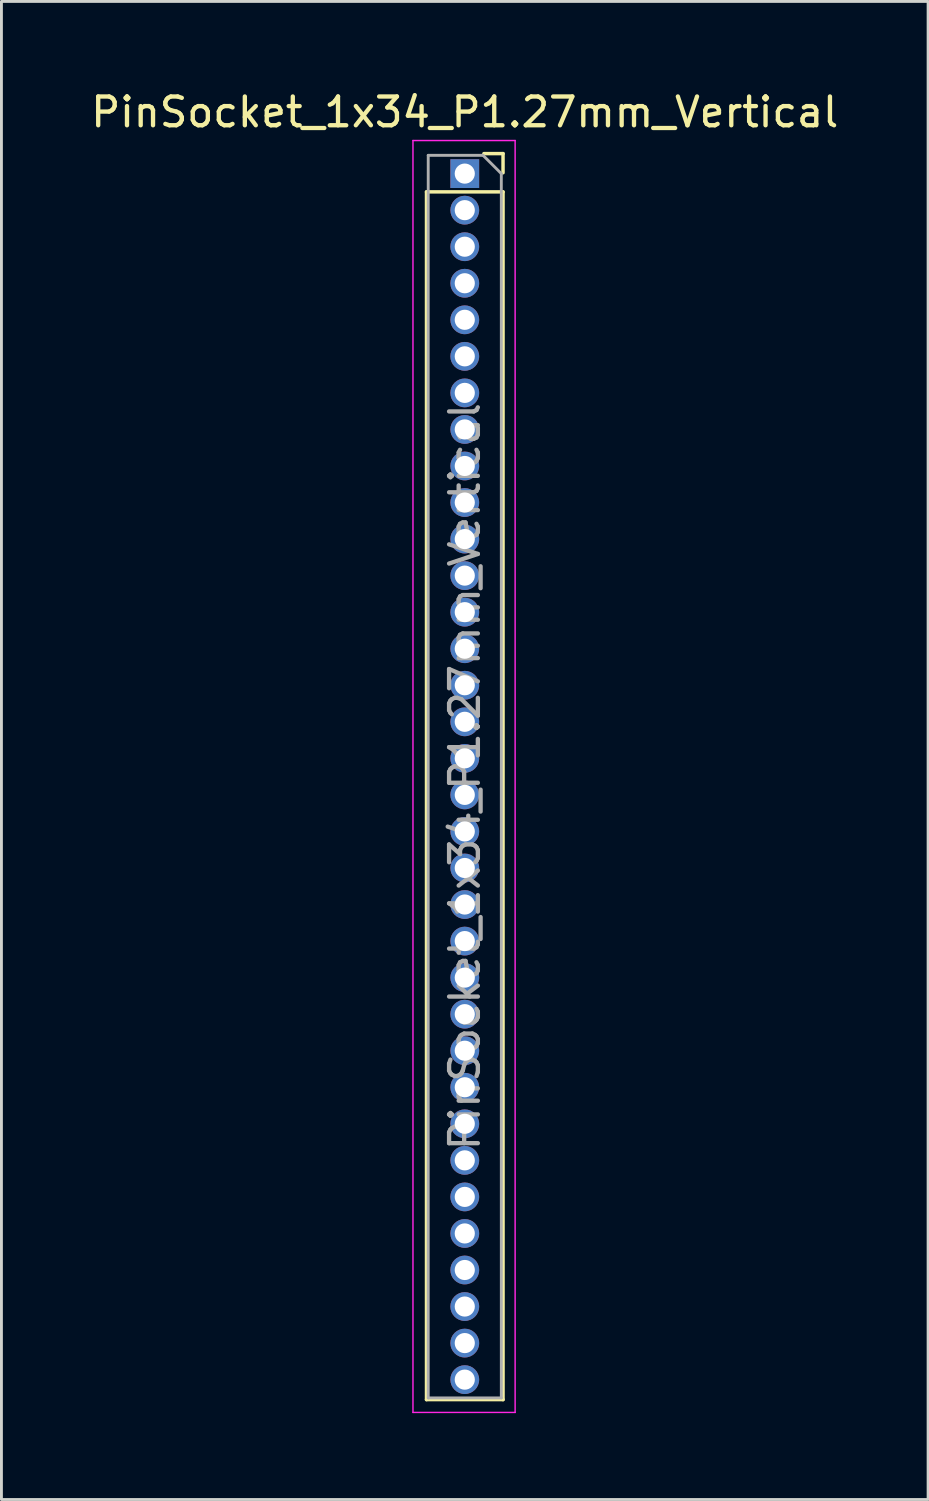
<source format=kicad_pcb>
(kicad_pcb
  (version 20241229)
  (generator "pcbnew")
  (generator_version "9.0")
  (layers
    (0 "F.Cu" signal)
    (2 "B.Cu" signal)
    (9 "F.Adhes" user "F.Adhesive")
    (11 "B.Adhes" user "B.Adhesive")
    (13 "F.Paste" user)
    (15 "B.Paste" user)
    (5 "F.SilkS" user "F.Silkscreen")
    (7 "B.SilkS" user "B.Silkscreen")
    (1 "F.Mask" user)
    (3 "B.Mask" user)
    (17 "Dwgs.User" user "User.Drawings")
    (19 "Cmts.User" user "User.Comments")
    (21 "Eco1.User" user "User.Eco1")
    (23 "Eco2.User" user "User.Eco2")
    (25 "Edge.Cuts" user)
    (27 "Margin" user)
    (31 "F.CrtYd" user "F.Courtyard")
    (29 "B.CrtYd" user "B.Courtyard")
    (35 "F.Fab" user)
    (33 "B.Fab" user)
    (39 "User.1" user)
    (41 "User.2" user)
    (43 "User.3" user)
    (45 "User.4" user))
  (footprint "PinSocket_1x34_P1.27mm_Vertical"
    (layer "F.Cu")
    (at 13.101 2.983)
    (property "Reference" "PinSocket_1x34_P1.27mm_Vertical" (at 0 -2.135 0) (layer "F.SilkS") (effects (font (size 1 1) (thickness 0.15))))
    (attr through_hole)
    (fp_line (start -1.33 0.635) (end -1.33 42.605) (stroke (width 0.12) (type solid)) (layer "F.SilkS"))
    (fp_line (start -1.33 42.605) (end 1.33 42.605) (stroke (width 0.12) (type solid)) (layer "F.SilkS"))
    (fp_line (start 1.33 -0.695) (end 0.665 -0.695) (stroke (width 0.12) (type solid)) (layer "F.SilkS"))
    (fp_line (start 1.33 -0.03) (end 1.33 -0.695) (stroke (width 0.12) (type solid)) (layer "F.SilkS"))
    (fp_line (start 1.33 0.635) (end -1.33 0.635) (stroke (width 0.12) (type solid)) (layer "F.SilkS"))
    (fp_line (start 1.33 42.605) (end 1.33 0.635) (stroke (width 0.12) (type solid)) (layer "F.SilkS"))
    (fp_line (start -1.8 -1.15) (end 1.75 -1.15) (stroke (width 0.05) (type solid)) (layer "F.CrtYd"))
    (fp_line (start -1.8 43.05) (end -1.8 -1.15) (stroke (width 0.05) (type solid)) (layer "F.CrtYd"))
    (fp_line (start 1.75 -1.15) (end 1.75 43.05) (stroke (width 0.05) (type solid)) (layer "F.CrtYd"))
    (fp_line (start 1.75 43.05) (end -1.8 43.05) (stroke (width 0.05) (type solid)) (layer "F.CrtYd"))
    (fp_line (start -1.27 -0.635) (end 0.635 -0.635) (stroke (width 0.1) (type solid)) (layer "F.Fab"))
    (fp_line (start -1.27 42.545) (end -1.27 -0.635) (stroke (width 0.1) (type solid)) (layer "F.Fab"))
    (fp_line (start 0.635 -0.635) (end 1.27 0) (stroke (width 0.1) (type solid)) (layer "F.Fab"))
    (fp_line (start 1.27 0) (end 1.27 42.545) (stroke (width 0.1) (type solid)) (layer "F.Fab"))
    (fp_line (start 1.27 42.545) (end -1.27 42.545) (stroke (width 0.1) (type solid)) (layer "F.Fab"))
    (fp_text user "${REFERENCE}" (at 0 20.955 90) (layer "F.Fab") (effects (font (size 1 1) (thickness 0.15))))
    (pad "1" thru_hole rect (at 0 0) (size 1 1) (drill 0.7) (layers "*.Cu" "*.Mask"))
    (pad "2" thru_hole oval (at 0 1.27) (size 1 1) (drill 0.7) (layers "*.Cu" "*.Mask"))
    (pad "3" thru_hole oval (at 0 2.54) (size 1 1) (drill 0.7) (layers "*.Cu" "*.Mask"))
    (pad "4" thru_hole oval (at 0 3.81) (size 1 1) (drill 0.7) (layers "*.Cu" "*.Mask"))
    (pad "5" thru_hole oval (at 0 5.08) (size 1 1) (drill 0.7) (layers "*.Cu" "*.Mask"))
    (pad "6" thru_hole oval (at 0 6.35) (size 1 1) (drill 0.7) (layers "*.Cu" "*.Mask"))
    (pad "7" thru_hole oval (at 0 7.62) (size 1 1) (drill 0.7) (layers "*.Cu" "*.Mask"))
    (pad "8" thru_hole oval (at 0 8.89) (size 1 1) (drill 0.7) (layers "*.Cu" "*.Mask"))
    (pad "9" thru_hole oval (at 0 10.16) (size 1 1) (drill 0.7) (layers "*.Cu" "*.Mask"))
    (pad "10" thru_hole oval (at 0 11.43) (size 1 1) (drill 0.7) (layers "*.Cu" "*.Mask"))
    (pad "11" thru_hole oval (at 0 12.7) (size 1 1) (drill 0.7) (layers "*.Cu" "*.Mask"))
    (pad "12" thru_hole oval (at 0 13.97) (size 1 1) (drill 0.7) (layers "*.Cu" "*.Mask"))
    (pad "13" thru_hole oval (at 0 15.24) (size 1 1) (drill 0.7) (layers "*.Cu" "*.Mask"))
    (pad "14" thru_hole oval (at 0 16.51) (size 1 1) (drill 0.7) (layers "*.Cu" "*.Mask"))
    (pad "15" thru_hole oval (at 0 17.78) (size 1 1) (drill 0.7) (layers "*.Cu" "*.Mask"))
    (pad "16" thru_hole oval (at 0 19.05) (size 1 1) (drill 0.7) (layers "*.Cu" "*.Mask"))
    (pad "17" thru_hole oval (at 0 20.32) (size 1 1) (drill 0.7) (layers "*.Cu" "*.Mask"))
    (pad "18" thru_hole oval (at 0 21.59) (size 1 1) (drill 0.7) (layers "*.Cu" "*.Mask"))
    (pad "19" thru_hole oval (at 0 22.86) (size 1 1) (drill 0.7) (layers "*.Cu" "*.Mask"))
    (pad "20" thru_hole oval (at 0 24.13) (size 1 1) (drill 0.7) (layers "*.Cu" "*.Mask"))
    (pad "21" thru_hole oval (at 0 25.4) (size 1 1) (drill 0.7) (layers "*.Cu" "*.Mask"))
    (pad "22" thru_hole oval (at 0 26.67) (size 1 1) (drill 0.7) (layers "*.Cu" "*.Mask"))
    (pad "23" thru_hole oval (at 0 27.94) (size 1 1) (drill 0.7) (layers "*.Cu" "*.Mask"))
    (pad "24" thru_hole oval (at 0 29.21) (size 1 1) (drill 0.7) (layers "*.Cu" "*.Mask"))
    (pad "25" thru_hole oval (at 0 30.48) (size 1 1) (drill 0.7) (layers "*.Cu" "*.Mask"))
    (pad "26" thru_hole oval (at 0 31.75) (size 1 1) (drill 0.7) (layers "*.Cu" "*.Mask"))
    (pad "27" thru_hole oval (at 0 33.02) (size 1 1) (drill 0.7) (layers "*.Cu" "*.Mask"))
    (pad "28" thru_hole oval (at 0 34.29) (size 1 1) (drill 0.7) (layers "*.Cu" "*.Mask"))
    (pad "29" thru_hole oval (at 0 35.56) (size 1 1) (drill 0.7) (layers "*.Cu" "*.Mask"))
    (pad "30" thru_hole oval (at 0 36.83) (size 1 1) (drill 0.7) (layers "*.Cu" "*.Mask"))
    (pad "31" thru_hole oval (at 0 38.1) (size 1 1) (drill 0.7) (layers "*.Cu" "*.Mask"))
    (pad "32" thru_hole oval (at 0 39.37) (size 1 1) (drill 0.7) (layers "*.Cu" "*.Mask"))
    (pad "33" thru_hole oval (at 0 40.64) (size 1 1) (drill 0.7) (layers "*.Cu" "*.Mask"))
    (pad "34" thru_hole oval (at 0 41.91) (size 1 1) (drill 0.7) (layers "*.Cu" "*.Mask")))
  (gr_rect
    (start -3 -3)
    (end 29.202 49.058)
    (stroke (width 0.1) (type default))
    (fill no)
    (layer "Edge.Cuts")))
</source>
